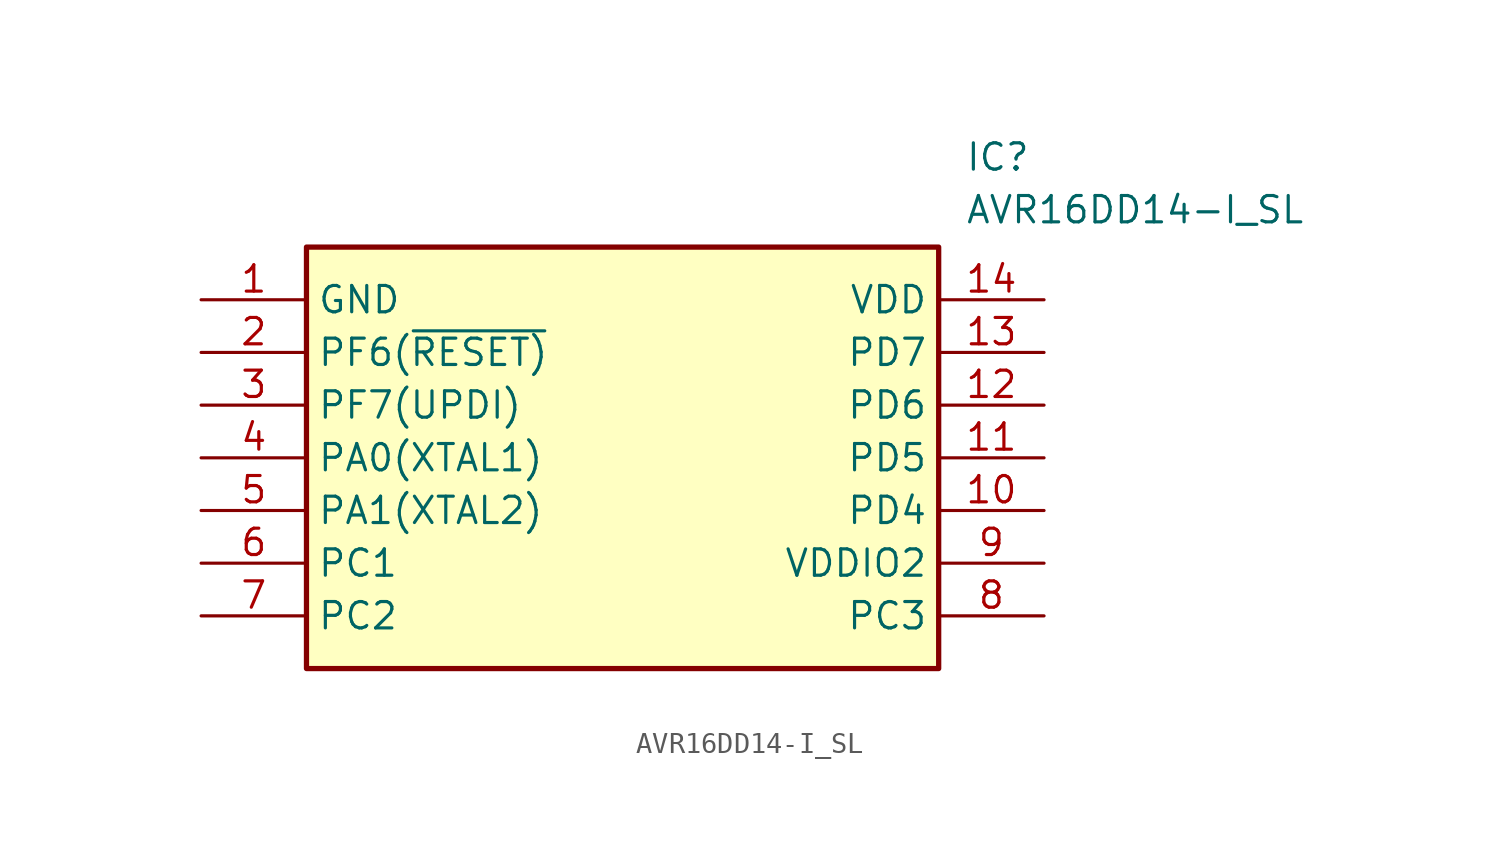
<source format=kicad_sym>
(kicad_symbol_lib
  (version 20220914)
  (generator kicad_symbol_editor)
  (symbol "AVR16DD14-I_SL"
    (property "Reference" "IC"
      (at 36.83 7.62 0)
      (effects (font (size 1.27 1.27)) (justify left top)))
    (property "Value" "AVR16DD14-I_SL"
      (at 36.83 5.08 0)
      (effects (font (size 1.27 1.27)) (justify left top)))
    (symbol "AVR16DD14-I_SL_1_1"
      (rectangle (start 5.08 2.54) (end 35.56 -17.78) (stroke (width 0.254) (type default)) (fill (type background)))
      (pin passive line (at 0 0 0) (length 5.08) (name "GND" (effects (font (size 1.27 1.27)))) (number "1" (effects (font (size 1.27 1.27)))))
      (pin passive line (at 40.64 -10.16 180) (length 5.08) (name "PD4" (effects (font (size 1.27 1.27)))) (number "10" (effects (font (size 1.27 1.27)))))
      (pin passive line (at 40.64 -7.62 180) (length 5.08) (name "PD5" (effects (font (size 1.27 1.27)))) (number "11" (effects (font (size 1.27 1.27)))))
      (pin passive line (at 40.64 -5.08 180) (length 5.08) (name "PD6" (effects (font (size 1.27 1.27)))) (number "12" (effects (font (size 1.27 1.27)))))
      (pin passive line (at 40.64 -2.54 180) (length 5.08) (name "PD7" (effects (font (size 1.27 1.27)))) (number "13" (effects (font (size 1.27 1.27)))))
      (pin passive line (at 40.64 0 180) (length 5.08) (name "VDD" (effects (font (size 1.27 1.27)))) (number "14" (effects (font (size 1.27 1.27)))))
      (pin passive line (at 0 -2.54 0) (length 5.08) (name "PF6(~{RESET)}" (effects (font (size 1.27 1.27)))) (number "2" (effects (font (size 1.27 1.27)))))
      (pin passive line (at 0 -5.08 0) (length 5.08) (name "PF7(UPDI)" (effects (font (size 1.27 1.27)))) (number "3" (effects (font (size 1.27 1.27)))))
      (pin passive line (at 0 -7.62 0) (length 5.08) (name "PA0(XTAL1)" (effects (font (size 1.27 1.27)))) (number "4" (effects (font (size 1.27 1.27)))))
      (pin passive line (at 0 -10.16 0) (length 5.08) (name "PA1(XTAL2)" (effects (font (size 1.27 1.27)))) (number "5" (effects (font (size 1.27 1.27)))))
      (pin passive line (at 0 -12.7 0) (length 5.08) (name "PC1" (effects (font (size 1.27 1.27)))) (number "6" (effects (font (size 1.27 1.27)))))
      (pin passive line (at 0 -15.24 0) (length 5.08) (name "PC2" (effects (font (size 1.27 1.27)))) (number "7" (effects (font (size 1.27 1.27)))))
      (pin passive line (at 40.64 -15.24 180) (length 5.08) (name "PC3" (effects (font (size 1.27 1.27)))) (number "8" (effects (font (size 1.27 1.27)))))
      (pin passive line (at 40.64 -12.7 180) (length 5.08) (name "VDDIO2" (effects (font (size 1.27 1.27)))) (number "9" (effects (font (size 1.27 1.27))))))))
</source>
